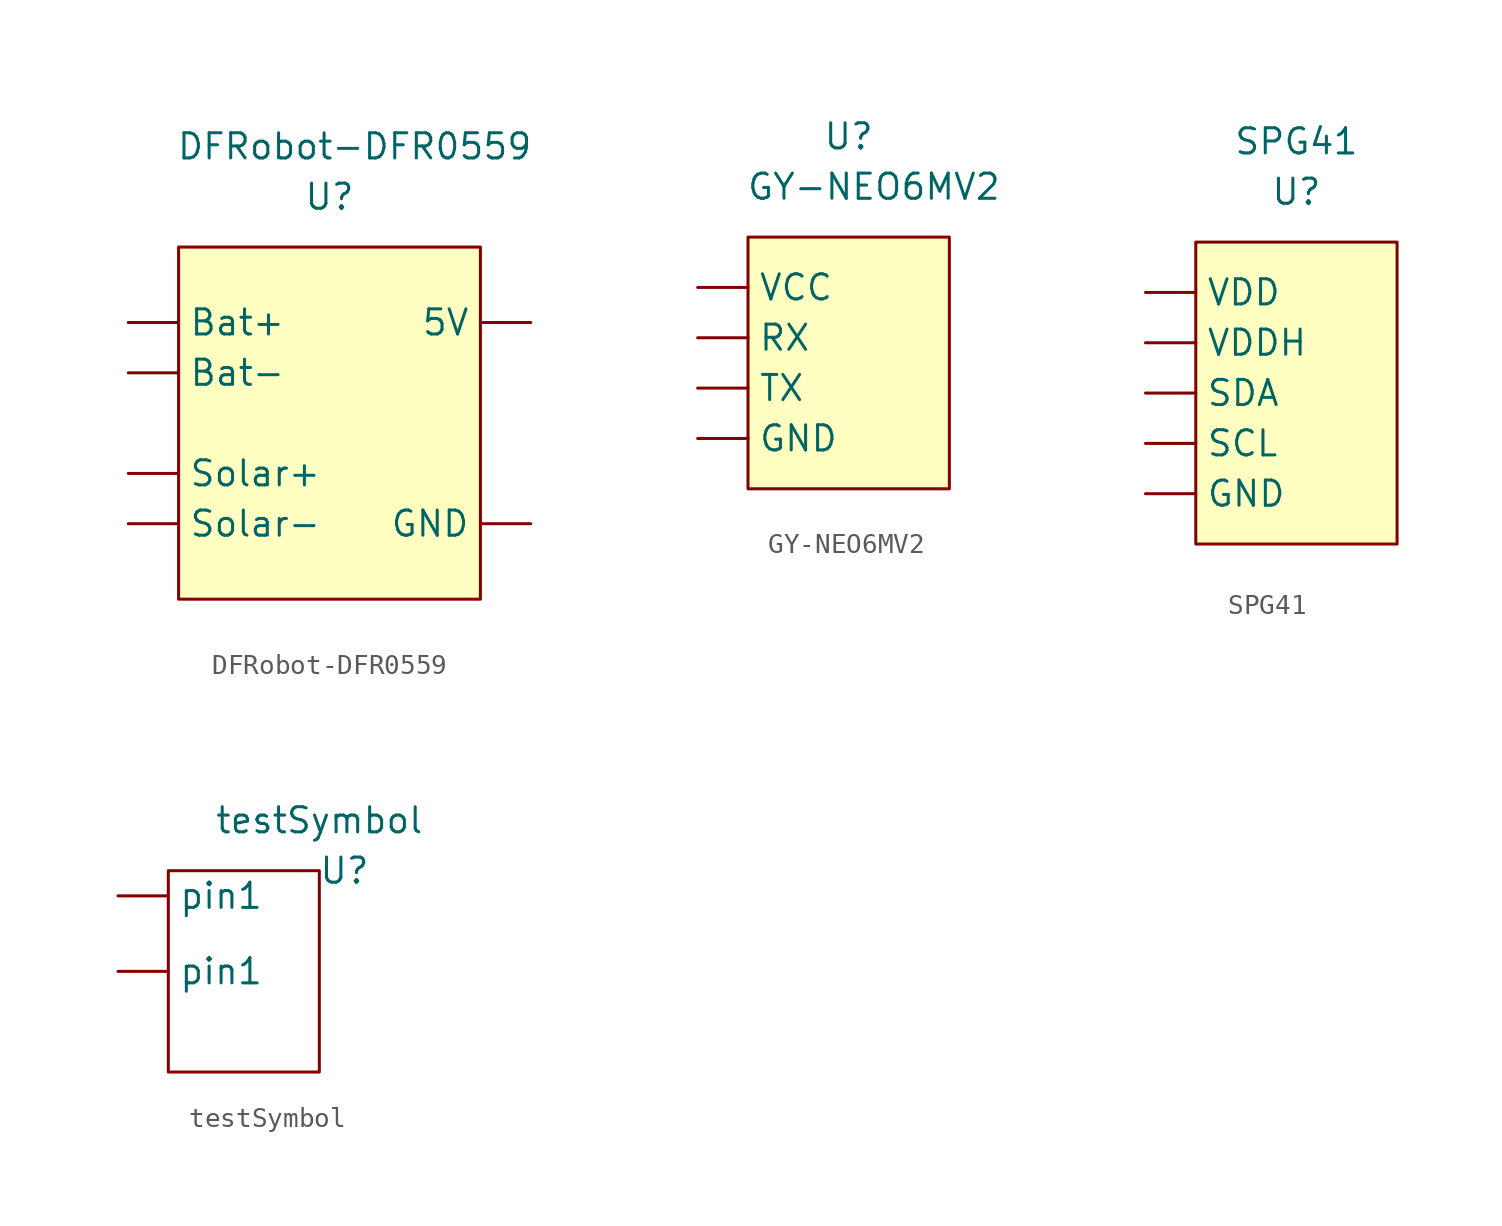
<source format=kicad_sym>
(kicad_symbol_lib
  (version 20211014)
  (generator kicad_symbol_editor)
  (symbol "DFRobot-DFR0559"
    (property "Reference" "U"
      (at 0 11.43 0)
      (effects (font (size 1.27 1.27))))
    (property "Value" "DFRobot-DFR0559"
      (at 1.27 13.97 0)
      (effects (font (size 1.27 1.27))))
    (symbol "DFRobot-DFR0559_0_1"
      (rectangle (start -7.62 8.89) (end 7.62 -8.89) (stroke (width 0) (type default) (color 0 0 0 0)) (fill (type background))))
    (symbol "DFRobot-DFR0559_1_1"
      (pin input line (at 10.16 5.08 180) (length 2.54) (name "5V" (effects (font (size 1.27 1.27)))) (number "" (effects (font (size 1.27 1.27)))))
      (pin input line (at -10.16 5.08 0) (length 2.54) (name "Bat+" (effects (font (size 1.27 1.27)))) (number "" (effects (font (size 1.27 1.27)))))
      (pin input line (at -10.16 2.54 0) (length 2.54) (name "Bat-" (effects (font (size 1.27 1.27)))) (number "" (effects (font (size 1.27 1.27)))))
      (pin input line (at 10.16 -5.08 180) (length 2.54) (name "GND" (effects (font (size 1.27 1.27)))) (number "" (effects (font (size 1.27 1.27)))))
      (pin input line (at -10.16 -2.54 0) (length 2.54) (name "Solar+" (effects (font (size 1.27 1.27)))) (number "" (effects (font (size 1.27 1.27)))))
      (pin input line (at -10.16 -5.08 0) (length 2.54) (name "Solar-" (effects (font (size 1.27 1.27)))) (number "" (effects (font (size 1.27 1.27)))))))
  (symbol "GY-NEO6MV2"
    (property "Reference" "U"
      (at 0 12.7 0)
      (effects (font (size 1.27 1.27))))
    (property "Value" "GY-NEO6MV2"
      (at 1.27 10.16 0)
      (effects (font (size 1.27 1.27))))
    (symbol "GY-NEO6MV2_0_1"
      (rectangle (start -5.08 7.62) (end 5.08 -5.08) (stroke (width 0) (type default) (color 0 0 0 0)) (fill (type background))))
    (symbol "GY-NEO6MV2_1_1"
      (pin input line (at -7.62 -2.54 0) (length 2.54) (name "GND" (effects (font (size 1.27 1.27)))) (number "" (effects (font (size 1.27 1.27)))))
      (pin input line (at -7.62 2.54 0) (length 2.54) (name "RX" (effects (font (size 1.27 1.27)))) (number "" (effects (font (size 1.27 1.27)))))
      (pin input line (at -7.62 0 0) (length 2.54) (name "TX" (effects (font (size 1.27 1.27)))) (number "" (effects (font (size 1.27 1.27)))))
      (pin input line (at -7.62 5.08 0) (length 2.54) (name "VCC" (effects (font (size 1.27 1.27)))) (number "" (effects (font (size 1.27 1.27)))))))
  (symbol "SPG41"
    (property "Reference" "U"
      (at 0 10.16 0)
      (effects (font (size 1.27 1.27))))
    (property "Value" "SPG41"
      (at 0 12.7 0)
      (effects (font (size 1.27 1.27))))
    (symbol "SPG41_0_1"
      (rectangle (start -5.08 7.62) (end 5.08 -7.62) (stroke (width 0) (type default) (color 0 0 0 0)) (fill (type background))))
    (symbol "SPG41_1_1"
      (pin input line (at -7.62 -5.08 0) (length 2.54) (name "GND" (effects (font (size 1.27 1.27)))) (number "" (effects (font (size 1.27 1.27)))))
      (pin input line (at -7.62 -2.54 0) (length 2.54) (name "SCL" (effects (font (size 1.27 1.27)))) (number "" (effects (font (size 1.27 1.27)))))
      (pin input line (at -7.62 0 0) (length 2.54) (name "SDA" (effects (font (size 1.27 1.27)))) (number "" (effects (font (size 1.27 1.27)))))
      (pin input line (at -7.62 5.08 0) (length 2.54) (name "VDD" (effects (font (size 1.27 1.27)))) (number "" (effects (font (size 1.27 1.27)))))
      (pin input line (at -7.62 2.54 0) (length 2.54) (name "VDDH" (effects (font (size 1.27 1.27)))) (number "" (effects (font (size 1.27 1.27)))))))
  (symbol "testSymbol"
    (property "Reference" "U"
      (at 5.08 5.08 0)
      (effects (font (size 1.27 1.27))))
    (property "Value" "testSymbol"
      (at 3.81 7.62 0)
      (effects (font (size 1.27 1.27))))
    (symbol "testSymbol_0_1"
      (rectangle (start -3.81 5.08) (end 3.81 -5.08) (stroke (width 0) (type default) (color 0 0 0 0)) (fill (type none))))
    (symbol "testSymbol_1_1"
      (pin input line (at -6.35 0 0) (length 2.54) (name "pin1" (effects (font (size 1.27 1.27)))) (number "" (effects (font (size 1.27 1.27)))))
      (pin input line (at -6.35 3.81 0) (length 2.54) (name "pin1" (effects (font (size 1.27 1.27)))) (number "" (effects (font (size 1.27 1.27))))))))
</source>
